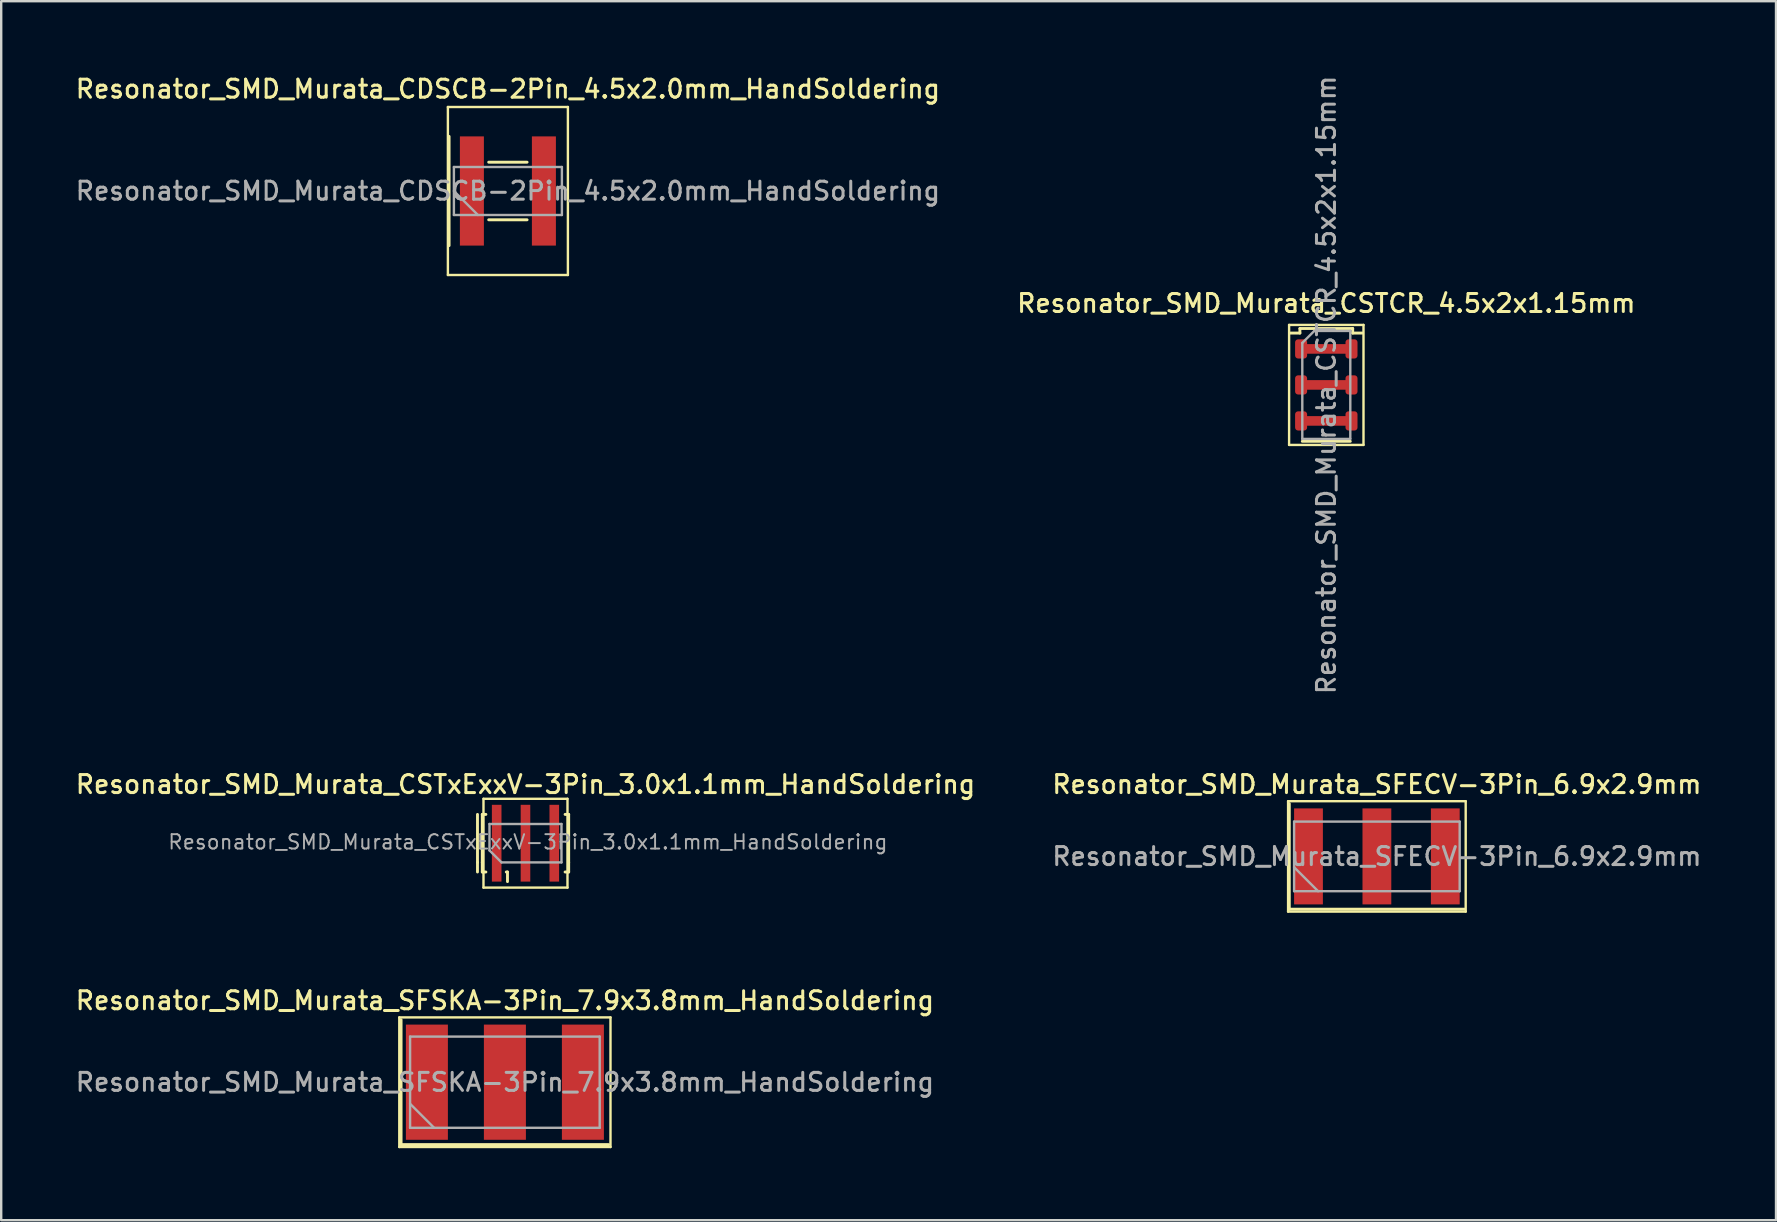
<source format=kicad_pcb>
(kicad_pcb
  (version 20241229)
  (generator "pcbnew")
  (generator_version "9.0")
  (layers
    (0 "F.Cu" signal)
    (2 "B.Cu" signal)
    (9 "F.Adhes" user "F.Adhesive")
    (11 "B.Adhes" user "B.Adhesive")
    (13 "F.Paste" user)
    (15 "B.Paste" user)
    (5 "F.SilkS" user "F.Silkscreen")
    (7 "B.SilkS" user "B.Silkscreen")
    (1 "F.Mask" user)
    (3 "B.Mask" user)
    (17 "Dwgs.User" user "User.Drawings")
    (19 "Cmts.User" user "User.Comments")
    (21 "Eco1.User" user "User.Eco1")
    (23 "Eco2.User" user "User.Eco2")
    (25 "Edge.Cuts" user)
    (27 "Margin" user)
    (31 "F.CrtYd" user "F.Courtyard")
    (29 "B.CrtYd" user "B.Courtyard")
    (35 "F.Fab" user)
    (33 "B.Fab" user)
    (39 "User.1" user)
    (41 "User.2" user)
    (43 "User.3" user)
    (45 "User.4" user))
  (footprint "Resonator_SMD_Murata_SFSKA-3Pin_7.9x3.8mm_HandSoldering"
    (layer "F.Cu")
    (at 17.987 42.041)
    (property "Reference" "Resonator_SMD_Murata_SFSKA-3Pin_7.9x3.8mm_HandSoldering" (at 0 -3.4 0) (layer "F.SilkS") (effects (font (size 0.75 0.75) (thickness 0.125))))
    (attr smd)
    (fp_line (start -4.4 -2.7) (end -4.4 2.7) (stroke (width 0.1) (type solid)) (layer "F.SilkS"))
    (fp_line (start -4.4 2.7) (end 4.4 2.7) (stroke (width 0.1) (type solid)) (layer "F.SilkS"))
    (fp_line (start -4.325 -2.6) (end -4.325 2.6) (stroke (width 0.12) (type solid)) (layer "F.SilkS"))
    (fp_line (start -4.325 2.6) (end 4.325 2.6) (stroke (width 0.12) (type solid)) (layer "F.SilkS"))
    (fp_line (start 4.4 -2.7) (end -4.4 -2.7) (stroke (width 0.1) (type solid)) (layer "F.SilkS"))
    (fp_line (start 4.4 2.7) (end 4.4 -2.7) (stroke (width 0.1) (type solid)) (layer "F.SilkS"))
    (fp_line (start -3.95 -1.9) (end -3.95 1.9) (stroke (width 0.1) (type solid)) (layer "F.Fab"))
    (fp_line (start -3.95 0.9) (end -2.95 1.9) (stroke (width 0.1) (type solid)) (layer "F.Fab"))
    (fp_line (start -3.95 1.9) (end 3.95 1.9) (stroke (width 0.1) (type solid)) (layer "F.Fab"))
    (fp_line (start 3.95 -1.9) (end -3.95 -1.9) (stroke (width 0.1) (type solid)) (layer "F.Fab"))
    (fp_line (start 3.95 1.9) (end 3.95 -1.9) (stroke (width 0.1) (type solid)) (layer "F.Fab"))
    (fp_text user "${REFERENCE}" (at 0 0 0) (layer "F.Fab") (effects (font (size 0.75 0.75) (thickness 0.125))))
    (pad "1" smd rect (at -3.25 0) (size 1.75 4.8) (layers "F.Cu" "F.Mask" "F.Paste"))
    (pad "2" smd rect (at 0 0) (size 1.75 4.8) (layers "F.Cu" "F.Mask" "F.Paste"))
    (pad "3" smd rect (at 3.25 0) (size 1.75 4.8) (layers "F.Cu" "F.Mask" "F.Paste")))
  (footprint "Resonator_SMD_Murata_SFECV-3Pin_6.9x2.9mm"
    (layer "F.Cu")
    (at 54.32 32.633)
    (property "Reference" "Resonator_SMD_Murata_SFECV-3Pin_6.9x2.9mm" (at 0 -3 0) (layer "F.SilkS") (effects (font (size 0.75 0.75) (thickness 0.125))))
    (attr smd)
    (fp_line (start -3.7 -2.3) (end -3.7 2.3) (stroke (width 0.1) (type solid)) (layer "F.SilkS"))
    (fp_line (start -3.7 2.3) (end 3.7 2.3) (stroke (width 0.1) (type solid)) (layer "F.SilkS"))
    (fp_line (start -3.65 -2.2) (end -3.65 2.2) (stroke (width 0.12) (type solid)) (layer "F.SilkS"))
    (fp_line (start -3.65 2.2) (end 3.65 2.2) (stroke (width 0.12) (type solid)) (layer "F.SilkS"))
    (fp_line (start 3.7 -2.3) (end -3.7 -2.3) (stroke (width 0.1) (type solid)) (layer "F.SilkS"))
    (fp_line (start 3.7 2.3) (end 3.7 -2.3) (stroke (width 0.1) (type solid)) (layer "F.SilkS"))
    (fp_line (start -3.45 -1.45) (end -3.45 1.45) (stroke (width 0.1) (type solid)) (layer "F.Fab"))
    (fp_line (start -3.45 0.45) (end -2.45 1.45) (stroke (width 0.1) (type solid)) (layer "F.Fab"))
    (fp_line (start -3.45 1.45) (end 3.45 1.45) (stroke (width 0.1) (type solid)) (layer "F.Fab"))
    (fp_line (start 3.45 -1.45) (end -3.45 -1.45) (stroke (width 0.1) (type solid)) (layer "F.Fab"))
    (fp_line (start 3.45 1.45) (end 3.45 -1.45) (stroke (width 0.1) (type solid)) (layer "F.Fab"))
    (fp_text user "${REFERENCE}" (at 0 0 0) (layer "F.Fab") (effects (font (size 0.75 0.75) (thickness 0.125))))
    (pad "1" smd rect (at -2.85 0) (size 1.2 4) (layers "F.Cu" "F.Mask" "F.Paste"))
    (pad "2" smd rect (at 0 0) (size 1.2 4) (layers "F.Cu" "F.Mask" "F.Paste"))
    (pad "3" smd rect (at 2.85 0) (size 1.2 4) (layers "F.Cu" "F.Mask" "F.Paste")))
  (footprint "Resonator_SMD_Murata_CSTxExxV-3Pin_3.0x1.1mm_HandSoldering"
    (layer "F.Cu")
    (at 18.845 32.083)
    (property "Reference" "Resonator_SMD_Murata_CSTxExxV-3Pin_3.0x1.1mm_HandSoldering" (at 0 -2.45 0) (layer "F.SilkS") (effects (font (size 0.75 0.75) (thickness 0.125))))
    (attr smd)
    (fp_line (start -2 -1.2) (end -2 0.8) (stroke (width 0.12) (type solid)) (layer "F.SilkS"))
    (fp_line (start -2 0.8) (end -2 1.2) (stroke (width 0.12) (type solid)) (layer "F.SilkS"))
    (fp_line (start -1.8 -1.2) (end -1.65 -1.2) (stroke (width 0.12) (type solid)) (layer "F.SilkS"))
    (fp_line (start -1.8 0.8) (end -1.8 -1.2) (stroke (width 0.12) (type solid)) (layer "F.SilkS"))
    (fp_line (start -1.8 0.8) (end -1.8 1.2) (stroke (width 0.12) (type solid)) (layer "F.SilkS"))
    (fp_line (start -1.8 1.2) (end -1.65 1.2) (stroke (width 0.12) (type solid)) (layer "F.SilkS"))
    (fp_line (start -1.75 -1.85) (end 1.75 -1.85) (stroke (width 0.1) (type solid)) (layer "F.SilkS"))
    (fp_line (start -1.75 1.85) (end -1.75 -1.85) (stroke (width 0.1) (type solid)) (layer "F.SilkS"))
    (fp_line (start -0.75 1.2) (end -0.8 1.2) (stroke (width 0.12) (type solid)) (layer "F.SilkS"))
    (fp_line (start -0.75 1.2) (end -0.75 1.6) (stroke (width 0.12) (type solid)) (layer "F.SilkS"))
    (fp_line (start 1.75 -1.85) (end 1.75 1.85) (stroke (width 0.1) (type solid)) (layer "F.SilkS"))
    (fp_line (start 1.75 1.85) (end -1.75 1.85) (stroke (width 0.1) (type solid)) (layer "F.SilkS"))
    (fp_line (start 1.8 -1.2) (end 1.65 -1.2) (stroke (width 0.12) (type solid)) (layer "F.SilkS"))
    (fp_line (start 1.8 -1.2) (end 1.8 0.8) (stroke (width 0.12) (type solid)) (layer "F.SilkS"))
    (fp_line (start 1.8 0.8) (end 1.8 1.2) (stroke (width 0.12) (type solid)) (layer "F.SilkS"))
    (fp_line (start 1.8 1.2) (end 1.65 1.2) (stroke (width 0.12) (type solid)) (layer "F.SilkS"))
    (fp_line (start -1.5 0.3) (end -1.5 -0.8) (stroke (width 0.1) (type solid)) (layer "F.Fab"))
    (fp_line (start -1 0.8) (end -1.5 0.3) (stroke (width 0.1) (type solid)) (layer "F.Fab"))
    (fp_line (start -1 0.8) (end 1.5 0.8) (stroke (width 0.1) (type solid)) (layer "F.Fab"))
    (fp_line (start 1.5 -0.8) (end -1.5 -0.8) (stroke (width 0.1) (type solid)) (layer "F.Fab"))
    (fp_line (start 1.5 0.8) (end 1.5 -0.8) (stroke (width 0.1) (type solid)) (layer "F.Fab"))
    (fp_text user "${REFERENCE}" (at 0.1 -0.05 0) (layer "F.Fab") (effects (font (size 0.6 0.6) (thickness 0.08))))
    (pad "1" smd rect (at -1.2 0) (size 0.4 3.2) (layers "F.Cu" "F.Mask" "F.Paste"))
    (pad "2" smd rect (at 0 0) (size 0.4 3.2) (layers "F.Cu" "F.Mask" "F.Paste"))
    (pad "3" smd rect (at 1.2 0) (size 0.4 3.2) (layers "F.Cu" "F.Mask" "F.Paste")))
  (footprint "Resonator_SMD_Murata_CSTCR_4.5x2x1.15mm"
    (layer "F.Cu")
    (at 52.212 12.988)
    (property "Reference" "Resonator_SMD_Murata_CSTCR_4.5x2x1.15mm" (at 0 -3.4 0) (layer "F.SilkS") (effects (font (size 0.75 0.75) (thickness 0.125))))
    (attr smd)
    (fp_line (start -1.55 -2.5) (end 1.55 -2.5) (stroke (width 0.1) (type solid)) (layer "F.SilkS"))
    (fp_line (start -1.55 2.5) (end -1.55 -2.5) (stroke (width 0.1) (type solid)) (layer "F.SilkS"))
    (fp_line (start -1.1 -2.35) (end -1.1 -2.16) (stroke (width 0.12) (type default)) (layer "F.SilkS"))
    (fp_line (start -1.1 -2.16) (end -1.5 -2.16) (stroke (width 0.12) (type default)) (layer "F.SilkS"))
    (fp_line (start 1 2.35) (end -1 2.35) (stroke (width 0.12) (type solid)) (layer "F.SilkS"))
    (fp_line (start 1.1 -2.35) (end -1.1 -2.35) (stroke (width 0.12) (type solid)) (layer "F.SilkS"))
    (fp_line (start 1.1 -2.35) (end 1.1 -2.16) (stroke (width 0.12) (type default)) (layer "F.SilkS"))
    (fp_line (start 1.1 -2.16) (end 1.5 -2.16) (stroke (width 0.12) (type default)) (layer "F.SilkS"))
    (fp_line (start 1.55 -2.5) (end 1.55 2.5) (stroke (width 0.1) (type solid)) (layer "F.SilkS"))
    (fp_line (start 1.55 2.5) (end -1.55 2.5) (stroke (width 0.1) (type solid)) (layer "F.SilkS"))
    (fp_line (start -1 -1.75) (end -0.5 -2.25) (stroke (width 0.1) (type default)) (layer "F.Fab"))
    (fp_line (start -1 2.25) (end -1 -1.75) (stroke (width 0.1) (type solid)) (layer "F.Fab"))
    (fp_line (start -0.5 -2.25) (end 1 -2.25) (stroke (width 0.1) (type solid)) (layer "F.Fab"))
    (fp_line (start 1 -2.25) (end 1 2.25) (stroke (width 0.1) (type solid)) (layer "F.Fab"))
    (fp_line (start 1 2.25) (end -1 2.25) (stroke (width 0.1) (type solid)) (layer "F.Fab"))
    (fp_text user "${REFERENCE}" (at 0 0 270) (layer "F.Fab") (effects (font (size 0.75 0.75) (thickness 0.125))))
    (pad "1" smd roundrect (at -1.05 -1.5) (size 0.5 0.8) (layers "F.Cu" "F.Mask" "F.Paste") (roundrect_rratio 0.25))
    (pad "1" smd rect (at 0 -1.5 270) (size 0.4 1.7) (layers "F.Cu" "F.Mask" "F.Paste"))
    (pad "1" smd roundrect (at 1.05 -1.5) (size 0.5 0.8) (layers "F.Cu" "F.Mask" "F.Paste") (roundrect_rratio 0.25))
    (pad "2" smd roundrect (at -1.05 0) (size 0.5 0.8) (layers "F.Cu" "F.Mask" "F.Paste") (roundrect_rratio 0.25))
    (pad "2" smd rect (at 0 0 270) (size 0.4 1.7) (layers "F.Cu" "F.Mask" "F.Paste"))
    (pad "2" smd roundrect (at 1.05 0) (size 0.5 0.8) (layers "F.Cu" "F.Mask" "F.Paste") (roundrect_rratio 0.25))
    (pad "3" smd roundrect (at -1.05 1.5) (size 0.5 0.8) (layers "F.Cu" "F.Mask" "F.Paste") (roundrect_rratio 0.25))
    (pad "3" smd rect (at 0 1.5 270) (size 0.4 1.7) (layers "F.Cu" "F.Mask" "F.Paste"))
    (pad "3" smd roundrect (at 1.05 1.5) (size 0.5 0.8) (layers "F.Cu" "F.Mask" "F.Paste") (roundrect_rratio 0.25)))
  (footprint "Resonator_SMD_Murata_CDSCB-2Pin_4.5x2.0mm_HandSoldering"
    (layer "F.Cu")
    (at 18.112 4.908)
    (property "Reference" "Resonator_SMD_Murata_CDSCB-2Pin_4.5x2.0mm_HandSoldering" (at 0 -4.25 0) (layer "F.SilkS") (effects (font (size 0.75 0.75) (thickness 0.125))))
    (attr smd)
    (fp_line (start -2.5 -3.5) (end -2.5 3.5) (stroke (width 0.1) (type solid)) (layer "F.SilkS"))
    (fp_line (start -2.5 3.5) (end 2.5 3.5) (stroke (width 0.1) (type solid)) (layer "F.SilkS"))
    (fp_line (start -2.45 -2.275) (end -2.45 2.275) (stroke (width 0.12) (type solid)) (layer "F.SilkS"))
    (fp_line (start -0.8 -1.2) (end 0.8 -1.2) (stroke (width 0.12) (type solid)) (layer "F.SilkS"))
    (fp_line (start -0.8 1.2) (end 0.8 1.2) (stroke (width 0.12) (type solid)) (layer "F.SilkS"))
    (fp_line (start 2.5 -3.5) (end -2.5 -3.5) (stroke (width 0.1) (type solid)) (layer "F.SilkS"))
    (fp_line (start 2.5 3.5) (end 2.5 -3.5) (stroke (width 0.1) (type solid)) (layer "F.SilkS"))
    (fp_line (start -2.25 -1) (end -2.25 1) (stroke (width 0.1) (type solid)) (layer "F.Fab"))
    (fp_line (start -2.25 0) (end -1.25 1) (stroke (width 0.1) (type solid)) (layer "F.Fab"))
    (fp_line (start -2.25 1) (end 2.25 1) (stroke (width 0.1) (type solid)) (layer "F.Fab"))
    (fp_line (start 2.25 -1) (end -2.25 -1) (stroke (width 0.1) (type solid)) (layer "F.Fab"))
    (fp_line (start 2.25 1) (end 2.25 -1) (stroke (width 0.1) (type solid)) (layer "F.Fab"))
    (fp_text user "${REFERENCE}" (at 0 0 0) (layer "F.Fab") (effects (font (size 0.75 0.75) (thickness 0.125))))
    (pad "1" smd rect (at -1.5 0) (size 1 4.55) (layers "F.Cu" "F.Mask" "F.Paste"))
    (pad "2" smd rect (at 1.5 0) (size 1 4.55) (layers "F.Cu" "F.Mask" "F.Paste")))
  (gr_rect
    (start -3 -3)
    (end 70.95 47.791)
    (stroke (width 0.1) (type default))
    (fill no)
    (layer "Edge.Cuts")))
</source>
